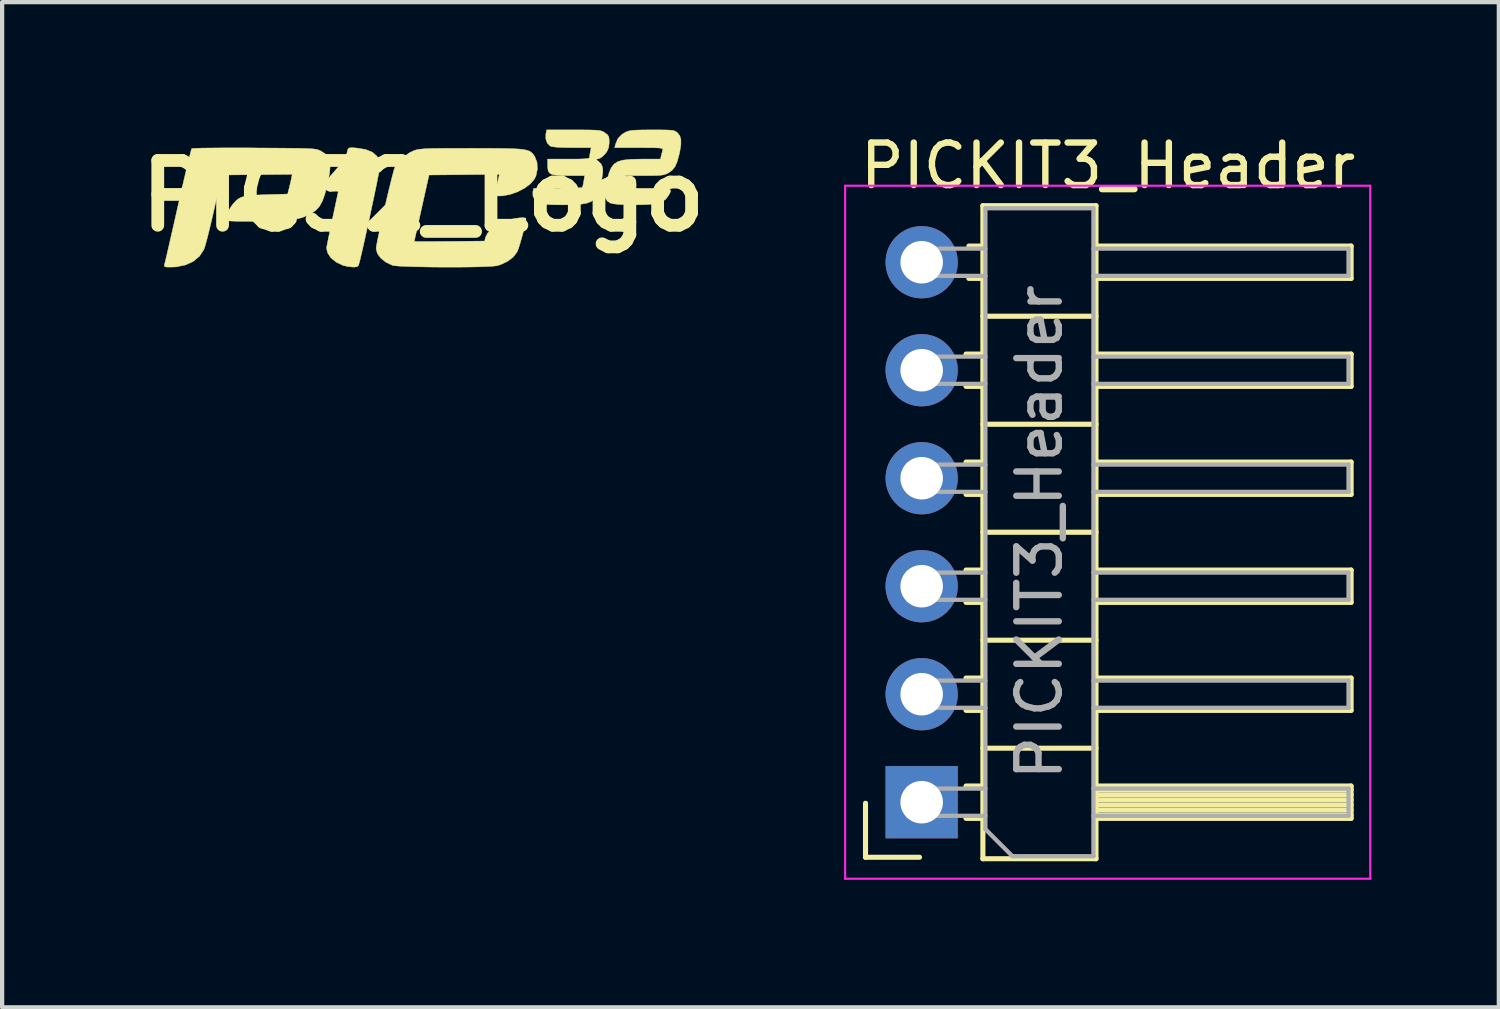
<source format=kicad_pcb>
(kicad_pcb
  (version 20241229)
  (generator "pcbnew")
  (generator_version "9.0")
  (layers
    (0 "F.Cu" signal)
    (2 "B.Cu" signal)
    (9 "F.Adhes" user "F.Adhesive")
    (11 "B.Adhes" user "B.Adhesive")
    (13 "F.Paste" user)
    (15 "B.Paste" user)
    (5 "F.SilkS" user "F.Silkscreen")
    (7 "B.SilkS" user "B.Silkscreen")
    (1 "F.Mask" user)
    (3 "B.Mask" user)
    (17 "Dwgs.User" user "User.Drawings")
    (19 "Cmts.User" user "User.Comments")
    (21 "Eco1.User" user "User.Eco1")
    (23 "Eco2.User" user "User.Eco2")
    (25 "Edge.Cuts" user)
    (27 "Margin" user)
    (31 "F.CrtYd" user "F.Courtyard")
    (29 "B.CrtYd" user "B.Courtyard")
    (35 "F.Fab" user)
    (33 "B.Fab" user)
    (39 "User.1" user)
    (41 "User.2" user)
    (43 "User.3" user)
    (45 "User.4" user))
  (footprint "PIC32_Logo"
    (layer "F.Cu")
    (at 6.902 1.559)
    (property "Reference" "PIC32_Logo" (at 0 0 0) (layer "F.SilkS") (effects (font (size 1.524 1.524) (thickness 0.3))))
    (attr through_hole)
    (fp_poly (pts (xy -1.558 -1.127) (xy -1.349 -1.092) (xy -1.192 -1.028) (xy -1.085 -0.934) (xy -1.027 -0.809) (xy -1.016 -0.705) (xy -1.022 -0.655) (xy -1.04 -0.555) (xy -1.068 -0.412) (xy -1.103 -0.235) (xy -1.146 -0.03) (xy -1.193 0.193) (xy -1.243 0.427) (xy -1.294 0.665) (xy -1.346 0.898) (xy -1.395 1.119) (xy -1.441 1.319) (xy -1.481 1.491) (xy -1.499 1.561) (xy -1.52 1.632) (xy -1.552 1.664) (xy -1.614 1.672) (xy -1.652 1.672) (xy -1.765 1.661) (xy -1.877 1.635) (xy -1.89 1.631) (xy -2.049 1.554) (xy -2.171 1.453) (xy -2.247 1.338) (xy -2.271 1.226) (xy -2.265 1.185) (xy -2.247 1.094) (xy -2.22 0.96) (xy -2.186 0.791) (xy -2.145 0.596) (xy -2.099 0.381) (xy -2.051 0.156) (xy -2.002 -0.073) (xy -1.953 -0.296) (xy -1.907 -0.508) (xy -1.864 -0.698) (xy -1.828 -0.861) (xy -1.798 -0.987) (xy -1.778 -1.068) (xy -1.773 -1.087) (xy -1.758 -1.117) (xy -1.725 -1.132) (xy -1.66 -1.134) (xy -1.558 -1.127)) (stroke (width 0.01) (type solid)) (fill yes) (layer "F.SilkS"))
    (fp_poly (pts (xy 3.751 -1.554) (xy 3.911 -1.552) (xy 4.029 -1.549) (xy 4.113 -1.543) (xy 4.172 -1.534) (xy 4.215 -1.52) (xy 4.251 -1.501) (xy 4.276 -1.485) (xy 4.337 -1.438) (xy 4.367 -1.39) (xy 4.376 -1.317) (xy 4.377 -1.265) (xy 4.366 -1.148) (xy 4.328 -1.055) (xy 4.293 -1.005) (xy 4.226 -0.934) (xy 4.158 -0.886) (xy 4.137 -0.879) (xy 4.064 -0.86) (xy 4.136 -0.803) (xy 4.193 -0.742) (xy 4.222 -0.664) (xy 4.226 -0.556) (xy 4.205 -0.41) (xy 4.184 -0.316) (xy 4.142 -0.156) (xy 4.096 -0.032) (xy 4.038 0.061) (xy 3.959 0.126) (xy 3.853 0.169) (xy 3.71 0.194) (xy 3.524 0.206) (xy 3.286 0.209) (xy 3.279 0.209) (xy 3.053 0.206) (xy 2.884 0.198) (xy 2.772 0.186) (xy 2.72 0.171) (xy 2.633 0.1) (xy 2.583 0.003) (xy 2.581 -0.099) (xy 2.601 -0.179) (xy 3.166 -0.179) (xy 3.344 -0.18) (xy 3.5 -0.184) (xy 3.625 -0.188) (xy 3.71 -0.194) (xy 3.745 -0.201) (xy 3.745 -0.202) (xy 3.758 -0.243) (xy 3.774 -0.319) (xy 3.779 -0.351) (xy 3.8 -0.478) (xy 3.431 -0.478) (xy 3.246 -0.48) (xy 3.113 -0.49) (xy 3.023 -0.51) (xy 2.968 -0.545) (xy 2.939 -0.6) (xy 2.929 -0.677) (xy 2.928 -0.719) (xy 2.928 -0.867) (xy 3.422 -0.867) (xy 3.609 -0.867) (xy 3.745 -0.871) (xy 3.835 -0.876) (xy 3.889 -0.886) (xy 3.912 -0.899) (xy 3.915 -0.908) (xy 3.92 -0.965) (xy 3.933 -1.042) (xy 3.952 -1.136) (xy 3.507 -1.136) (xy 3.291 -1.139) (xy 3.129 -1.148) (xy 3.025 -1.162) (xy 2.99 -1.173) (xy 2.923 -1.239) (xy 2.886 -1.34) (xy 2.887 -1.46) (xy 2.889 -1.468) (xy 2.906 -1.554) (xy 3.54 -1.554) (xy 3.751 -1.554)) (stroke (width 0.01) (type solid)) (fill yes) (layer "F.SilkS"))
    (fp_poly (pts (xy 5.576 -1.554) (xy 5.714 -1.552) (xy 5.811 -1.548) (xy 5.877 -1.54) (xy 5.922 -1.527) (xy 5.954 -1.509) (xy 5.984 -1.483) (xy 5.987 -1.481) (xy 6.038 -1.414) (xy 6.063 -1.328) (xy 6.063 -1.21) (xy 6.038 -1.052) (xy 6.019 -0.967) (xy 5.975 -0.805) (xy 5.925 -0.69) (xy 5.86 -0.608) (xy 5.773 -0.545) (xy 5.766 -0.541) (xy 5.716 -0.516) (xy 5.662 -0.499) (xy 5.592 -0.488) (xy 5.495 -0.481) (xy 5.359 -0.479) (xy 5.205 -0.478) (xy 4.756 -0.478) (xy 4.736 -0.381) (xy 4.718 -0.296) (xy 4.702 -0.232) (xy 4.701 -0.213) (xy 4.714 -0.2) (xy 4.749 -0.191) (xy 4.813 -0.185) (xy 4.914 -0.181) (xy 5.06 -0.18) (xy 5.257 -0.179) (xy 5.464 -0.179) (xy 5.616 -0.177) (xy 5.722 -0.171) (xy 5.787 -0.158) (xy 5.817 -0.137) (xy 5.82 -0.106) (xy 5.8 -0.062) (xy 5.767 -0.006) (xy 5.713 0.067) (xy 5.646 0.122) (xy 5.558 0.161) (xy 5.44 0.186) (xy 5.284 0.201) (xy 5.08 0.207) (xy 4.975 0.207) (xy 4.757 0.205) (xy 4.593 0.198) (xy 4.478 0.185) (xy 4.407 0.168) (xy 4.405 0.167) (xy 4.334 0.122) (xy 4.29 0.059) (xy 4.274 -0.032) (xy 4.283 -0.159) (xy 4.316 -0.33) (xy 4.334 -0.402) (xy 4.377 -0.553) (xy 4.427 -0.668) (xy 4.492 -0.751) (xy 4.58 -0.808) (xy 4.699 -0.842) (xy 4.859 -0.86) (xy 5.068 -0.866) (xy 5.135 -0.867) (xy 5.582 -0.867) (xy 5.601 -0.949) (xy 5.622 -1.03) (xy 5.636 -1.083) (xy 5.638 -1.101) (xy 5.625 -1.115) (xy 5.591 -1.124) (xy 5.527 -1.13) (xy 5.427 -1.134) (xy 5.281 -1.135) (xy 5.084 -1.136) (xy 4.506 -1.136) (xy 4.526 -1.218) (xy 4.582 -1.352) (xy 4.68 -1.451) (xy 4.751 -1.494) (xy 4.8 -1.516) (xy 4.854 -1.532) (xy 4.924 -1.543) (xy 5.02 -1.549) (xy 5.153 -1.553) (xy 5.332 -1.554) (xy 5.388 -1.554) (xy 5.576 -1.554)) (stroke (width 0.01) (type solid)) (fill yes) (layer "F.SilkS"))
    (fp_poly (pts (xy -4.279 -1.131) (xy -3.992 -1.13) (xy -3.972 -1.129) (xy -3.64 -1.127) (xy -3.363 -1.125) (xy -3.136 -1.123) (xy -2.951 -1.121) (xy -2.805 -1.117) (xy -2.692 -1.113) (xy -2.606 -1.108) (xy -2.542 -1.101) (xy -2.494 -1.092) (xy -2.458 -1.081) (xy -2.428 -1.068) (xy -2.399 -1.053) (xy -2.303 -0.991) (xy -2.236 -0.916) (xy -2.198 -0.823) (xy -2.187 -0.701) (xy -2.2 -0.543) (xy -2.238 -0.34) (xy -2.258 -0.248) (xy -2.312 -0.04) (xy -2.369 0.119) (xy -2.435 0.239) (xy -2.516 0.331) (xy -2.62 0.405) (xy -2.694 0.445) (xy -2.795 0.489) (xy -2.9 0.524) (xy -3.019 0.551) (xy -3.16 0.571) (xy -3.33 0.584) (xy -3.538 0.592) (xy -3.793 0.596) (xy -3.982 0.597) (xy -4.211 0.597) (xy -4.387 0.594) (xy -4.514 0.59) (xy -4.598 0.583) (xy -4.645 0.574) (xy -4.661 0.562) (xy -4.661 0.56) (xy -4.644 0.492) (xy -4.601 0.396) (xy -4.543 0.292) (xy -4.481 0.201) (xy -4.468 0.186) (xy -4.407 0.118) (xy -4.346 0.067) (xy -4.275 0.03) (xy -4.186 0.005) (xy -4.066 -0.011) (xy -3.907 -0.022) (xy -3.699 -0.03) (xy -3.692 -0.03) (xy -3.186 -0.045) (xy -3.152 -0.179) (xy -3.126 -0.287) (xy -3.103 -0.388) (xy -3.099 -0.411) (xy -3.079 -0.509) (xy -3.906 -0.501) (xy -4.734 -0.493) (xy -4.917 0.321) (xy -4.968 0.54) (xy -5.017 0.746) (xy -5.062 0.929) (xy -5.102 1.081) (xy -5.133 1.192) (xy -5.155 1.255) (xy -5.155 1.256) (xy -5.258 1.415) (xy -5.406 1.539) (xy -5.593 1.624) (xy -5.811 1.668) (xy -5.926 1.673) (xy -6.024 1.672) (xy -6.074 1.664) (xy -6.09 1.645) (xy -6.082 1.609) (xy -6.081 1.606) (xy -6.071 1.564) (xy -6.048 1.469) (xy -6.015 1.329) (xy -5.974 1.149) (xy -5.925 0.935) (xy -5.87 0.695) (xy -5.811 0.433) (xy -5.764 0.225) (xy -5.702 -0.047) (xy -5.644 -0.3) (xy -5.59 -0.53) (xy -5.542 -0.73) (xy -5.502 -0.895) (xy -5.471 -1.017) (xy -5.451 -1.092) (xy -5.443 -1.113) (xy -5.409 -1.118) (xy -5.321 -1.122) (xy -5.185 -1.126) (xy -5.007 -1.128) (xy -4.793 -1.13) (xy -4.548 -1.131) (xy -4.279 -1.131)) (stroke (width 0.01) (type solid)) (fill yes) (layer "F.SilkS"))
    (fp_poly (pts (xy 1.458 -1.12) (xy 1.725 -1.119) (xy 1.945 -1.116) (xy 2.121 -1.111) (xy 2.259 -1.103) (xy 2.366 -1.091) (xy 2.446 -1.074) (xy 2.506 -1.051) (xy 2.55 -1.023) (xy 2.584 -0.987) (xy 2.614 -0.944) (xy 2.63 -0.918) (xy 2.679 -0.787) (xy 2.687 -0.633) (xy 2.656 -0.48) (xy 2.621 -0.403) (xy 2.529 -0.291) (xy 2.393 -0.188) (xy 2.227 -0.1) (xy 2.046 -0.036) (xy 1.867 -0.003) (xy 1.8 0) (xy 1.719 -0.004) (xy 1.685 -0.018) (xy 1.684 -0.05) (xy 1.685 -0.052) (xy 1.704 -0.124) (xy 1.73 -0.233) (xy 1.76 -0.356) (xy 1.776 -0.426) (xy 1.794 -0.509) (xy 0.967 -0.501) (xy 0.139 -0.493) (xy -0.035 0.284) (xy -0.081 0.49) (xy -0.122 0.677) (xy -0.158 0.836) (xy -0.185 0.959) (xy -0.203 1.039) (xy -0.209 1.069) (xy -0.18 1.071) (xy -0.1 1.072) (xy 0.026 1.072) (xy 0.188 1.072) (xy 0.379 1.071) (xy 0.593 1.069) (xy 0.618 1.069) (xy 1.446 1.061) (xy 1.47 0.966) (xy 1.52 0.87) (xy 1.615 0.771) (xy 1.741 0.679) (xy 1.885 0.605) (xy 1.906 0.597) (xy 2.018 0.562) (xy 2.139 0.534) (xy 2.252 0.517) (xy 2.346 0.511) (xy 2.406 0.519) (xy 2.42 0.534) (xy 2.412 0.6) (xy 2.39 0.706) (xy 2.357 0.839) (xy 2.319 0.981) (xy 2.28 1.117) (xy 2.244 1.231) (xy 2.214 1.308) (xy 2.211 1.316) (xy 2.12 1.435) (xy 1.986 1.538) (xy 1.824 1.615) (xy 1.729 1.642) (xy 1.652 1.651) (xy 1.527 1.659) (xy 1.362 1.665) (xy 1.165 1.67) (xy 0.944 1.673) (xy 0.707 1.674) (xy 0.464 1.674) (xy 0.223 1.672) (xy -0.009 1.668) (xy -0.222 1.664) (xy -0.409 1.657) (xy -0.561 1.65) (xy -0.669 1.641) (xy -0.724 1.631) (xy -0.878 1.557) (xy -0.999 1.46) (xy -1.078 1.349) (xy -1.106 1.236) (xy -1.099 1.183) (xy -1.08 1.08) (xy -1.051 0.938) (xy -1.014 0.766) (xy -0.971 0.571) (xy -0.924 0.365) (xy -0.875 0.154) (xy -0.827 -0.051) (xy -0.781 -0.241) (xy -0.74 -0.407) (xy -0.705 -0.54) (xy -0.68 -0.631) (xy -0.668 -0.666) (xy -0.586 -0.793) (xy -0.465 -0.915) (xy -0.321 -1.016) (xy -0.222 -1.064) (xy -0.182 -1.078) (xy -0.137 -1.09) (xy -0.082 -1.099) (xy -0.011 -1.106) (xy 0.083 -1.112) (xy 0.205 -1.116) (xy 0.362 -1.118) (xy 0.56 -1.12) (xy 0.805 -1.12) (xy 1.103 -1.121) (xy 1.136 -1.121) (xy 1.458 -1.12)) (stroke (width 0.01) (type solid)) (fill yes) (layer "F.SilkS")))
  (footprint "PICKIT3_Header"
    (layer "F.Cu")
    (at 18.628 3.118)
    (property "Reference" "PICKIT3_Header" (at 4.385 -2.27 0) (layer "F.SilkS") (effects (font (size 1 1) (thickness 0.15))))
    (attr through_hole)
    (fp_line (start -1.321 13.995) (end -1.321 12.725) (stroke (width 0.12) (type solid)) (layer "F.SilkS"))
    (fp_line (start -0.051 13.995) (end -1.321 13.995) (stroke (width 0.12) (type solid)) (layer "F.SilkS"))
    (fp_line (start 1.043 2.16) (end 1.44 2.16) (stroke (width 0.12) (type solid)) (layer "F.SilkS"))
    (fp_line (start 1.043 2.92) (end 1.44 2.92) (stroke (width 0.12) (type solid)) (layer "F.SilkS"))
    (fp_line (start 1.043 4.7) (end 1.44 4.7) (stroke (width 0.12) (type solid)) (layer "F.SilkS"))
    (fp_line (start 1.043 5.46) (end 1.44 5.46) (stroke (width 0.12) (type solid)) (layer "F.SilkS"))
    (fp_line (start 1.043 7.24) (end 1.44 7.24) (stroke (width 0.12) (type solid)) (layer "F.SilkS"))
    (fp_line (start 1.043 8) (end 1.44 8) (stroke (width 0.12) (type solid)) (layer "F.SilkS"))
    (fp_line (start 1.043 9.78) (end 1.44 9.78) (stroke (width 0.12) (type solid)) (layer "F.SilkS"))
    (fp_line (start 1.043 10.54) (end 1.44 10.54) (stroke (width 0.12) (type solid)) (layer "F.SilkS"))
    (fp_line (start 1.043 12.32) (end 1.44 12.32) (stroke (width 0.12) (type solid)) (layer "F.SilkS"))
    (fp_line (start 1.043 13.08) (end 1.44 13.08) (stroke (width 0.12) (type solid)) (layer "F.SilkS"))
    (fp_line (start 1.11 -0.38) (end 1.44 -0.38) (stroke (width 0.12) (type solid)) (layer "F.SilkS"))
    (fp_line (start 1.11 0.38) (end 1.44 0.38) (stroke (width 0.12) (type solid)) (layer "F.SilkS"))
    (fp_line (start 1.44 -1.33) (end 1.44 14.03) (stroke (width 0.12) (type solid)) (layer "F.SilkS"))
    (fp_line (start 1.44 1.27) (end 4.1 1.27) (stroke (width 0.12) (type solid)) (layer "F.SilkS"))
    (fp_line (start 1.44 3.81) (end 4.1 3.81) (stroke (width 0.12) (type solid)) (layer "F.SilkS"))
    (fp_line (start 1.44 6.35) (end 4.1 6.35) (stroke (width 0.12) (type solid)) (layer "F.SilkS"))
    (fp_line (start 1.44 8.89) (end 4.1 8.89) (stroke (width 0.12) (type solid)) (layer "F.SilkS"))
    (fp_line (start 1.44 11.43) (end 4.1 11.43) (stroke (width 0.12) (type solid)) (layer "F.SilkS"))
    (fp_line (start 1.44 14.03) (end 4.1 14.03) (stroke (width 0.12) (type solid)) (layer "F.SilkS"))
    (fp_line (start 4.1 -1.33) (end 1.44 -1.33) (stroke (width 0.12) (type solid)) (layer "F.SilkS"))
    (fp_line (start 4.1 -0.38) (end 10.1 -0.38) (stroke (width 0.12) (type solid)) (layer "F.SilkS"))
    (fp_line (start 4.1 2.16) (end 10.1 2.16) (stroke (width 0.12) (type solid)) (layer "F.SilkS"))
    (fp_line (start 4.1 4.7) (end 10.1 4.7) (stroke (width 0.12) (type solid)) (layer "F.SilkS"))
    (fp_line (start 4.1 7.24) (end 10.1 7.24) (stroke (width 0.12) (type solid)) (layer "F.SilkS"))
    (fp_line (start 4.1 9.78) (end 10.1 9.78) (stroke (width 0.12) (type solid)) (layer "F.SilkS"))
    (fp_line (start 4.1 12.32) (end 10.1 12.32) (stroke (width 0.12) (type solid)) (layer "F.SilkS"))
    (fp_line (start 4.1 12.405) (end 10.1 12.405) (stroke (width 0.12) (type solid)) (layer "F.SilkS"))
    (fp_line (start 4.1 12.525) (end 10.1 12.525) (stroke (width 0.12) (type solid)) (layer "F.SilkS"))
    (fp_line (start 4.1 12.645) (end 10.1 12.645) (stroke (width 0.12) (type solid)) (layer "F.SilkS"))
    (fp_line (start 4.1 12.765) (end 10.1 12.765) (stroke (width 0.12) (type solid)) (layer "F.SilkS"))
    (fp_line (start 4.1 12.885) (end 10.1 12.885) (stroke (width 0.12) (type solid)) (layer "F.SilkS"))
    (fp_line (start 4.1 13.005) (end 10.1 13.005) (stroke (width 0.12) (type solid)) (layer "F.SilkS"))
    (fp_line (start 4.1 14.03) (end 4.1 -1.33) (stroke (width 0.12) (type solid)) (layer "F.SilkS"))
    (fp_line (start 10.1 -0.38) (end 10.1 0.38) (stroke (width 0.12) (type solid)) (layer "F.SilkS"))
    (fp_line (start 10.1 0.38) (end 4.1 0.38) (stroke (width 0.12) (type solid)) (layer "F.SilkS"))
    (fp_line (start 10.1 2.16) (end 10.1 2.92) (stroke (width 0.12) (type solid)) (layer "F.SilkS"))
    (fp_line (start 10.1 2.92) (end 4.1 2.92) (stroke (width 0.12) (type solid)) (layer "F.SilkS"))
    (fp_line (start 10.1 4.7) (end 10.1 5.46) (stroke (width 0.12) (type solid)) (layer "F.SilkS"))
    (fp_line (start 10.1 5.46) (end 4.1 5.46) (stroke (width 0.12) (type solid)) (layer "F.SilkS"))
    (fp_line (start 10.1 7.24) (end 10.1 8) (stroke (width 0.12) (type solid)) (layer "F.SilkS"))
    (fp_line (start 10.1 8) (end 4.1 8) (stroke (width 0.12) (type solid)) (layer "F.SilkS"))
    (fp_line (start 10.1 9.78) (end 10.1 10.54) (stroke (width 0.12) (type solid)) (layer "F.SilkS"))
    (fp_line (start 10.1 10.54) (end 4.1 10.54) (stroke (width 0.12) (type solid)) (layer "F.SilkS"))
    (fp_line (start 10.1 12.32) (end 10.1 13.08) (stroke (width 0.12) (type solid)) (layer "F.SilkS"))
    (fp_line (start 10.1 13.08) (end 4.1 13.08) (stroke (width 0.12) (type solid)) (layer "F.SilkS"))
    (fp_line (start -1.8 -1.8) (end -1.8 14.5) (stroke (width 0.05) (type solid)) (layer "F.CrtYd"))
    (fp_line (start -1.8 14.5) (end 10.55 14.5) (stroke (width 0.05) (type solid)) (layer "F.CrtYd"))
    (fp_line (start 10.55 -1.8) (end -1.8 -1.8) (stroke (width 0.05) (type solid)) (layer "F.CrtYd"))
    (fp_line (start 10.55 14.5) (end 10.55 -1.8) (stroke (width 0.05) (type solid)) (layer "F.CrtYd"))
    (fp_line (start -0.32 -0.32) (end -0.32 0.32) (stroke (width 0.1) (type solid)) (layer "F.Fab"))
    (fp_line (start -0.32 -0.32) (end 1.5 -0.32) (stroke (width 0.1) (type solid)) (layer "F.Fab"))
    (fp_line (start -0.32 0.32) (end 1.5 0.32) (stroke (width 0.1) (type solid)) (layer "F.Fab"))
    (fp_line (start -0.32 2.22) (end -0.32 2.86) (stroke (width 0.1) (type solid)) (layer "F.Fab"))
    (fp_line (start -0.32 2.22) (end 1.5 2.22) (stroke (width 0.1) (type solid)) (layer "F.Fab"))
    (fp_line (start -0.32 2.86) (end 1.5 2.86) (stroke (width 0.1) (type solid)) (layer "F.Fab"))
    (fp_line (start -0.32 4.76) (end -0.32 5.4) (stroke (width 0.1) (type solid)) (layer "F.Fab"))
    (fp_line (start -0.32 4.76) (end 1.5 4.76) (stroke (width 0.1) (type solid)) (layer "F.Fab"))
    (fp_line (start -0.32 5.4) (end 1.5 5.4) (stroke (width 0.1) (type solid)) (layer "F.Fab"))
    (fp_line (start -0.32 7.3) (end -0.32 7.94) (stroke (width 0.1) (type solid)) (layer "F.Fab"))
    (fp_line (start -0.32 7.3) (end 1.5 7.3) (stroke (width 0.1) (type solid)) (layer "F.Fab"))
    (fp_line (start -0.32 7.94) (end 1.5 7.94) (stroke (width 0.1) (type solid)) (layer "F.Fab"))
    (fp_line (start -0.32 9.84) (end -0.32 10.48) (stroke (width 0.1) (type solid)) (layer "F.Fab"))
    (fp_line (start -0.32 9.84) (end 1.5 9.84) (stroke (width 0.1) (type solid)) (layer "F.Fab"))
    (fp_line (start -0.32 10.48) (end 1.5 10.48) (stroke (width 0.1) (type solid)) (layer "F.Fab"))
    (fp_line (start -0.32 12.38) (end -0.32 13.02) (stroke (width 0.1) (type solid)) (layer "F.Fab"))
    (fp_line (start -0.32 12.38) (end 1.5 12.38) (stroke (width 0.1) (type solid)) (layer "F.Fab"))
    (fp_line (start -0.32 13.02) (end 1.5 13.02) (stroke (width 0.1) (type solid)) (layer "F.Fab"))
    (fp_line (start 1.499 -1.27) (end 4.04 -1.27) (stroke (width 0.1) (type solid)) (layer "F.Fab"))
    (fp_line (start 1.499 13.335) (end 1.499 -1.27) (stroke (width 0.1) (type solid)) (layer "F.Fab"))
    (fp_line (start 2.134 13.97) (end 1.499 13.335) (stroke (width 0.1) (type solid)) (layer "F.Fab"))
    (fp_line (start 4.04 -1.27) (end 4.04 13.97) (stroke (width 0.1) (type solid)) (layer "F.Fab"))
    (fp_line (start 4.04 -0.32) (end 10.04 -0.32) (stroke (width 0.1) (type solid)) (layer "F.Fab"))
    (fp_line (start 4.04 0.32) (end 10.04 0.32) (stroke (width 0.1) (type solid)) (layer "F.Fab"))
    (fp_line (start 4.04 2.22) (end 10.04 2.22) (stroke (width 0.1) (type solid)) (layer "F.Fab"))
    (fp_line (start 4.04 2.86) (end 10.04 2.86) (stroke (width 0.1) (type solid)) (layer "F.Fab"))
    (fp_line (start 4.04 4.76) (end 10.04 4.76) (stroke (width 0.1) (type solid)) (layer "F.Fab"))
    (fp_line (start 4.04 5.4) (end 10.04 5.4) (stroke (width 0.1) (type solid)) (layer "F.Fab"))
    (fp_line (start 4.04 7.3) (end 10.04 7.3) (stroke (width 0.1) (type solid)) (layer "F.Fab"))
    (fp_line (start 4.04 7.94) (end 10.04 7.94) (stroke (width 0.1) (type solid)) (layer "F.Fab"))
    (fp_line (start 4.04 9.84) (end 10.04 9.84) (stroke (width 0.1) (type solid)) (layer "F.Fab"))
    (fp_line (start 4.04 10.48) (end 10.04 10.48) (stroke (width 0.1) (type solid)) (layer "F.Fab"))
    (fp_line (start 4.04 12.38) (end 10.04 12.38) (stroke (width 0.1) (type solid)) (layer "F.Fab"))
    (fp_line (start 4.04 13.02) (end 10.04 13.02) (stroke (width 0.1) (type solid)) (layer "F.Fab"))
    (fp_line (start 4.04 13.97) (end 2.134 13.97) (stroke (width 0.1) (type solid)) (layer "F.Fab"))
    (fp_line (start 10.04 -0.32) (end 10.04 0.32) (stroke (width 0.1) (type solid)) (layer "F.Fab"))
    (fp_line (start 10.04 2.22) (end 10.04 2.86) (stroke (width 0.1) (type solid)) (layer "F.Fab"))
    (fp_line (start 10.04 4.76) (end 10.04 5.4) (stroke (width 0.1) (type solid)) (layer "F.Fab"))
    (fp_line (start 10.04 7.3) (end 10.04 7.94) (stroke (width 0.1) (type solid)) (layer "F.Fab"))
    (fp_line (start 10.04 9.84) (end 10.04 10.48) (stroke (width 0.1) (type solid)) (layer "F.Fab"))
    (fp_line (start 10.04 12.38) (end 10.04 13.02) (stroke (width 0.1) (type solid)) (layer "F.Fab"))
    (fp_text user "${REFERENCE}" (at 2.77 6.35 90) (layer "F.Fab") (effects (font (size 1 1) (thickness 0.15))))
    (pad "1" thru_hole rect (at 0 12.7) (size 1.7 1.7) (drill 1) (layers "*.Cu" "*.Mask"))
    (pad "2" thru_hole oval (at 0 10.16) (size 1.7 1.7) (drill 1) (layers "*.Cu" "*.Mask"))
    (pad "3" thru_hole oval (at 0 7.62) (size 1.7 1.7) (drill 1) (layers "*.Cu" "*.Mask"))
    (pad "4" thru_hole oval (at 0 5.08) (size 1.7 1.7) (drill 1) (layers "*.Cu" "*.Mask"))
    (pad "5" thru_hole oval (at 0 2.54) (size 1.7 1.7) (drill 1) (layers "*.Cu" "*.Mask"))
    (pad "6" thru_hole oval (at 0 0) (size 1.7 1.7) (drill 1) (layers "*.Cu" "*.Mask")))
  (gr_rect
    (start -3 -3)
    (end 32.203 20.643)
    (stroke (width 0.1) (type default))
    (fill no)
    (layer "Edge.Cuts")))
</source>
